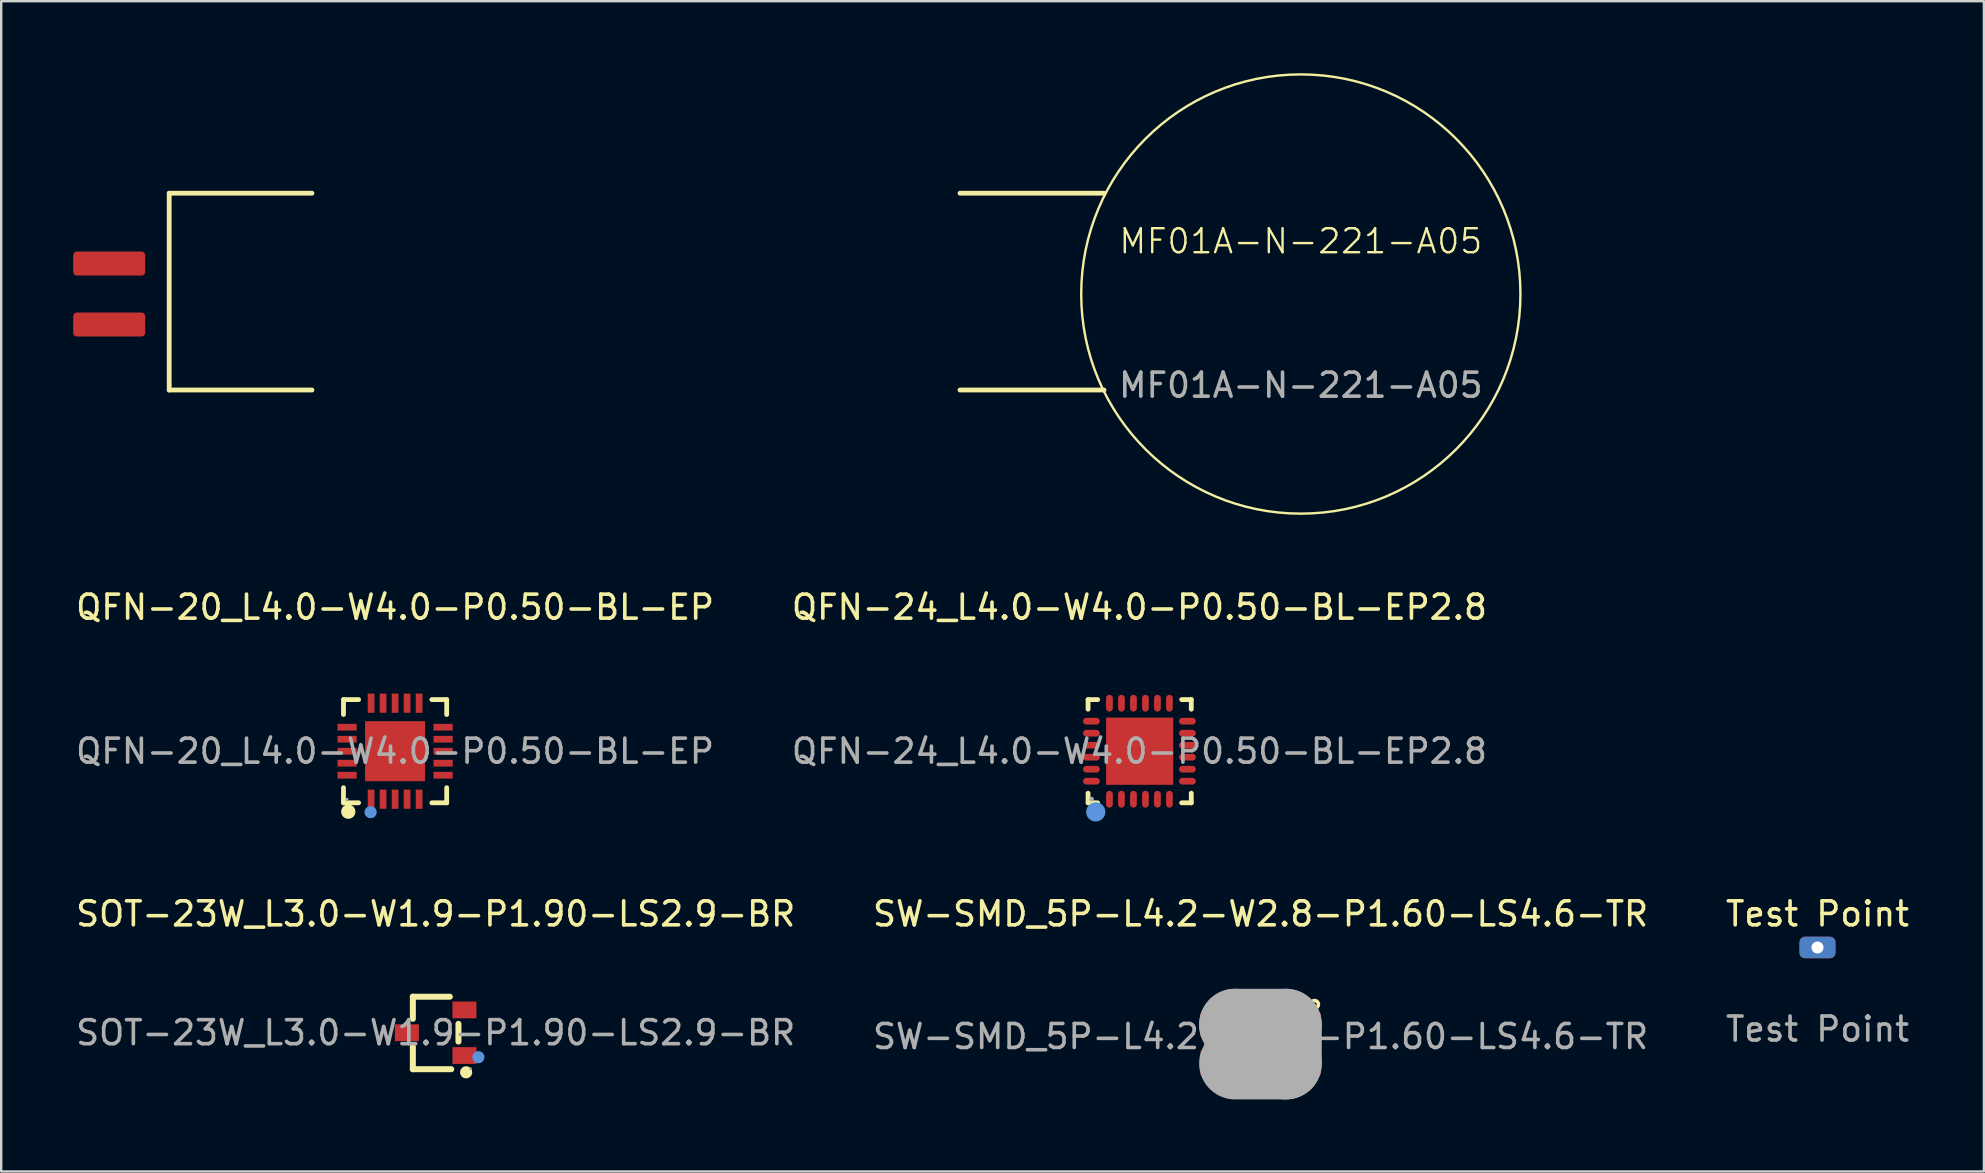
<source format=kicad_pcb>
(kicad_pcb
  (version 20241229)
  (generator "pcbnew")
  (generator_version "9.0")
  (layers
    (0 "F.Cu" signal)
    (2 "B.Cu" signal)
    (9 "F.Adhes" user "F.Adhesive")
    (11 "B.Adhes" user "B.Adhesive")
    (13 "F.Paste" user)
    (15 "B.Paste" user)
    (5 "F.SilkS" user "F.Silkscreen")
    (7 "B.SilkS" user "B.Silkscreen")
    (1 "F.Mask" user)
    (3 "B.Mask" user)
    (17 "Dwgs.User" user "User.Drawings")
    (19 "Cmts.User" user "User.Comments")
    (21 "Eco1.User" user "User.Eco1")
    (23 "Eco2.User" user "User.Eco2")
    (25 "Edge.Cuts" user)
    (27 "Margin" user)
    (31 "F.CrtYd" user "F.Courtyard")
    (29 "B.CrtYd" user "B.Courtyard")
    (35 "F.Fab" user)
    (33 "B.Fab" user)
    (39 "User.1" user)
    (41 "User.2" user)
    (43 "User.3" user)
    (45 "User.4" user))
  (footprint "Test Point"
    (layer "F.Cu")
    (at 72.673 36.426)
    (property "Reference" "Test Point" (at 0 -1.4 0) (unlocked yes) (layer "F.SilkS") (effects (font (size 1 1) (thickness 0.15))))
    (attr through_hole)
    (fp_text user "${REFERENCE}" (at 0 3.4 0) (unlocked yes) (layer "F.Fab") (effects (font (size 1 1) (thickness 0.15))))
    (pad "1" thru_hole roundrect (at 0 0) (size 1.5 0.9) (drill 0.5) (layers "*.Cu" "*.Mask") (roundrect_rratio 0.25)))
  (footprint "QFN-24_L4.0-W4.0-P0.50-BL-EP2.8"
    (layer "F.Cu")
    (at 44.423 28.248)
    (property "Reference" "QFN-24_L4.0-W4.0-P0.50-BL-EP2.8" (at 0 -6 0) (layer "F.SilkS") (effects (font (size 1 1) (thickness 0.15))))
    (attr smd)
    (fp_line (start -2.14 -2.15) (end -1.74 -2.15) (stroke (width 0.2) (type solid)) (layer "F.SilkS"))
    (fp_line (start -2.14 -1.75) (end -2.14 -2.15) (stroke (width 0.2) (type solid)) (layer "F.SilkS"))
    (fp_line (start -2.14 2.15) (end -2.14 1.75) (stroke (width 0.2) (type solid)) (layer "F.SilkS"))
    (fp_line (start -1.74 2.15) (end -2.14 2.15) (stroke (width 0.2) (type solid)) (layer "F.SilkS"))
    (fp_line (start 2.16 -2.15) (end 1.76 -2.15) (stroke (width 0.2) (type solid)) (layer "F.SilkS"))
    (fp_line (start 2.16 -1.75) (end 2.16 -2.15) (stroke (width 0.2) (type solid)) (layer "F.SilkS"))
    (fp_line (start 2.16 1.75) (end 2.16 2.15) (stroke (width 0.2) (type solid)) (layer "F.SilkS"))
    (fp_line (start 2.16 2.15) (end 1.76 2.15) (stroke (width 0.2) (type solid)) (layer "F.SilkS"))
    (fp_circle (center -1.82 2.53) (end -1.62 2.53) (stroke (width 0.4) (type solid)) (fill no) (layer "Cmts.User"))
    (fp_circle (center -2 2) (end -1.95 2) (stroke (width 0.1) (type solid)) (fill no) (layer "F.Fab"))
    (fp_text user "${REFERENCE}" (at 0 0 0) (layer "F.Fab") (effects (font (size 1 1) (thickness 0.15))))
    (pad "1" smd oval (at -1.25 2 180) (size 0.28 0.7) (layers "F.Cu" "F.Mask" "F.Paste"))
    (pad "2" smd oval (at -0.75 2 180) (size 0.28 0.7) (layers "F.Cu" "F.Mask" "F.Paste"))
    (pad "3" smd oval (at -0.25 2 180) (size 0.28 0.7) (layers "F.Cu" "F.Mask" "F.Paste"))
    (pad "4" smd oval (at 0.25 2 180) (size 0.28 0.7) (layers "F.Cu" "F.Mask" "F.Paste"))
    (pad "5" smd oval (at 0.75 2 180) (size 0.28 0.7) (layers "F.Cu" "F.Mask" "F.Paste"))
    (pad "6" smd oval (at 1.25 2 180) (size 0.28 0.7) (layers "F.Cu" "F.Mask" "F.Paste"))
    (pad "7" smd oval (at 2 1.25 90) (size 0.28 0.7) (layers "F.Cu" "F.Mask" "F.Paste"))
    (pad "8" smd oval (at 2 0.75 90) (size 0.28 0.7) (layers "F.Cu" "F.Mask" "F.Paste"))
    (pad "9" smd oval (at 2 0.25 90) (size 0.28 0.7) (layers "F.Cu" "F.Mask" "F.Paste"))
    (pad "10" smd oval (at 2 -0.25 90) (size 0.28 0.7) (layers "F.Cu" "F.Mask" "F.Paste"))
    (pad "11" smd oval (at 2 -0.75 90) (size 0.28 0.7) (layers "F.Cu" "F.Mask" "F.Paste"))
    (pad "12" smd oval (at 2 -1.25 90) (size 0.28 0.7) (layers "F.Cu" "F.Mask" "F.Paste"))
    (pad "13" smd oval (at 1.25 -2 180) (size 0.28 0.7) (layers "F.Cu" "F.Mask" "F.Paste"))
    (pad "14" smd oval (at 0.75 -2 180) (size 0.28 0.7) (layers "F.Cu" "F.Mask" "F.Paste"))
    (pad "15" smd oval (at 0.25 -2 180) (size 0.28 0.7) (layers "F.Cu" "F.Mask" "F.Paste"))
    (pad "16" smd oval (at -0.25 -2 180) (size 0.28 0.7) (layers "F.Cu" "F.Mask" "F.Paste"))
    (pad "17" smd oval (at -0.75 -2 180) (size 0.28 0.7) (layers "F.Cu" "F.Mask" "F.Paste"))
    (pad "18" smd oval (at -1.25 -2 180) (size 0.28 0.7) (layers "F.Cu" "F.Mask" "F.Paste"))
    (pad "19" smd oval (at -2 -1.25 90) (size 0.28 0.7) (layers "F.Cu" "F.Mask" "F.Paste"))
    (pad "20" smd oval (at -2 -0.75 90) (size 0.28 0.7) (layers "F.Cu" "F.Mask" "F.Paste"))
    (pad "21" smd oval (at -2 -0.25 90) (size 0.28 0.7) (layers "F.Cu" "F.Mask" "F.Paste"))
    (pad "22" smd oval (at -2 0.25 90) (size 0.28 0.7) (layers "F.Cu" "F.Mask" "F.Paste"))
    (pad "23" smd oval (at -2 0.75 90) (size 0.28 0.7) (layers "F.Cu" "F.Mask" "F.Paste"))
    (pad "24" smd oval (at -2 1.25 90) (size 0.28 0.7) (layers "F.Cu" "F.Mask" "F.Paste"))
    (pad "25" smd rect (at 0.01 0 90) (size 2.8 2.8) (layers "F.Cu" "F.Mask" "F.Paste")))
  (footprint "SW-SMD_5P-L4.2-W2.8-P1.60-LS4.6-TR"
    (layer "F.Cu")
    (at 49.47 40.136)
    (property "Reference" "SW-SMD_5P-L4.2-W2.8-P1.60-LS4.6-TR" (at 0 -5.11 0) (layer "F.SilkS") (effects (font (size 1 1) (thickness 0.15))))
    (attr smd)
    (fp_line (start -2.2 0.31) (end -2.2 0.38) (stroke (width 0.25) (type solid)) (layer "F.SilkS"))
    (fp_line (start -2.2 0.38) (end -2.2 0.24) (stroke (width 0.25) (type solid)) (layer "F.SilkS"))
    (fp_line (start -1.49 -1.19) (end -1.08 -1.19) (stroke (width 0.25) (type solid)) (layer "F.SilkS"))
    (fp_line (start 1.08 -1.19) (end 1.49 -1.19) (stroke (width 0.25) (type solid)) (layer "F.SilkS"))
    (fp_line (start 1.49 1.81) (end -1.49 1.81) (stroke (width 0.25) (type solid)) (layer "F.SilkS"))
    (fp_line (start 2.2 0.38) (end 2.2 0.24) (stroke (width 0.25) (type solid)) (layer "F.SilkS"))
    (fp_circle (center 2.25 -1.34) (end 2.41 -1.34) (stroke (width 0.15) (type solid)) (fill no) (layer "F.SilkS"))
    (fp_line (start -1.06 -0.49) (end -1.06 -0.49) (stroke (width 3) (type solid)) (layer "F.Fab"))
    (fp_line (start -1.06 -0.49) (end 1.05 -0.49) (stroke (width 3) (type solid)) (layer "F.Fab"))
    (fp_line (start 1.05 -0.49) (end 1.05 1.12) (stroke (width 3) (type solid)) (layer "F.Fab"))
    (fp_line (start 1.05 1.12) (end -1.06 1.12) (stroke (width 3) (type solid)) (layer "F.Fab"))
    (fp_circle (center 2.3 -1.09) (end 2.33 -1.09) (stroke (width 0.06) (type solid)) (fill no) (layer "F.Fab"))
    (fp_text user "${REFERENCE}" (at 0 0 0) (layer "F.Fab") (effects (font (size 1 1) (thickness 0.15))))
    (pad "1" smd rect (at 2.05 -0.49) (size 0.9 1) (layers "F.Cu" "F.Mask" "F.Paste"))
    (pad "2" smd rect (at 2.05 1.11) (size 0.9 1) (layers "F.Cu" "F.Mask" "F.Paste"))
    (pad "3" smd rect (at -2.05 1.11) (size 0.9 1) (layers "F.Cu" "F.Mask" "F.Paste"))
    (pad "4" smd rect (at -2.05 -0.49) (size 0.9 1) (layers "F.Cu" "F.Mask" "F.Paste"))
    (pad "5" smd rect (at 0 -1.11) (size 1.7 0.55) (layers "F.Cu" "F.Mask" "F.Paste")))
  (footprint "SOT-23W_L3.0-W1.9-P1.90-LS2.9-BR"
    (layer "F.Cu")
    (at 15.101 39.977)
    (property "Reference" "SOT-23W_L3.0-W1.9-P1.90-LS2.9-BR" (at 0 -4.95 0) (layer "F.SilkS") (effects (font (size 1 1) (thickness 0.15))))
    (attr smd)
    (fp_line (start -0.95 -1.5) (end -0.95 -0.58) (stroke (width 0.25) (type solid)) (layer "F.SilkS"))
    (fp_line (start -0.95 -1.5) (end 0.59 -1.5) (stroke (width 0.25) (type solid)) (layer "F.SilkS"))
    (fp_line (start -0.95 0.58) (end -0.95 1.52) (stroke (width 0.25) (type solid)) (layer "F.SilkS"))
    (fp_line (start -0.95 1.52) (end 0.65 1.52) (stroke (width 0.25) (type solid)) (layer "F.SilkS"))
    (fp_line (start 0.95 -0.37) (end 0.95 0.37) (stroke (width 0.25) (type solid)) (layer "F.SilkS"))
    (fp_circle (center 1.27 1.65) (end 1.4 1.65) (stroke (width 0.25) (type solid)) (fill no) (layer "F.SilkS"))
    (fp_circle (center 1.78 1.02) (end 1.91 1.02) (stroke (width 0.25) (type solid)) (fill no) (layer "Cmts.User"))
    (fp_circle (center 1.45 1.5) (end 1.48 1.5) (stroke (width 0.06) (type solid)) (fill no) (layer "F.Fab"))
    (fp_text user "${REFERENCE}" (at 0 0 0) (layer "F.Fab") (effects (font (size 1 1) (thickness 0.15))))
    (pad "1" smd rect (at 1.2 0.95 90) (size 0.7 1) (layers "F.Cu" "F.Mask" "F.Paste"))
    (pad "2" smd rect (at 1.2 -0.95 90) (size 0.7 1) (layers "F.Cu" "F.Mask" "F.Paste"))
    (pad "3" smd rect (at -1.2 0 90) (size 0.7 1) (layers "F.Cu" "F.Mask" "F.Paste")))
  (footprint "QFN-20_L4.0-W4.0-P0.50-BL-EP"
    (layer "F.Cu")
    (at 13.411 28.248)
    (property "Reference" "QFN-20_L4.0-W4.0-P0.50-BL-EP" (at 0 -6 0) (layer "F.SilkS") (effects (font (size 1 1) (thickness 0.15))))
    (attr smd)
    (fp_line (start -2.15 -2.15) (end -2.15 -1.53) (stroke (width 0.2) (type solid)) (layer "F.SilkS"))
    (fp_line (start -2.15 2.15) (end -2.15 1.52) (stroke (width 0.2) (type solid)) (layer "F.SilkS"))
    (fp_line (start -1.52 -2.15) (end -2.15 -2.15) (stroke (width 0.2) (type solid)) (layer "F.SilkS"))
    (fp_line (start -1.52 2.15) (end -2.15 2.15) (stroke (width 0.2) (type solid)) (layer "F.SilkS"))
    (fp_line (start 1.53 2.15) (end 2.15 2.15) (stroke (width 0.2) (type solid)) (layer "F.SilkS"))
    (fp_line (start 2.15 -2.15) (end 1.53 -2.15) (stroke (width 0.2) (type solid)) (layer "F.SilkS"))
    (fp_line (start 2.15 -1.53) (end 2.15 -2.15) (stroke (width 0.2) (type solid)) (layer "F.SilkS"))
    (fp_line (start 2.15 2.15) (end 2.15 1.52) (stroke (width 0.2) (type solid)) (layer "F.SilkS"))
    (fp_arc (start -1.95 2.52) (mid -1.95 2.52) (end -1.95 2.52) (stroke (width 0.3) (type solid)) (layer "F.SilkS"))
    (fp_circle (center -1.02 2.54) (end -0.89 2.54) (stroke (width 0.25) (type solid)) (fill no) (layer "Cmts.User"))
    (fp_circle (center -2 2) (end -1.97 2) (stroke (width 0.06) (type solid)) (fill no) (layer "F.Fab"))
    (fp_text user "${REFERENCE}" (at 0 0 0) (layer "F.Fab") (effects (font (size 1 1) (thickness 0.15))))
    (pad "1" smd rect (at -1 2) (size 0.28 0.8) (layers "F.Cu" "F.Mask" "F.Paste"))
    (pad "2" smd rect (at -0.5 2) (size 0.28 0.8) (layers "F.Cu" "F.Mask" "F.Paste"))
    (pad "3" smd rect (at 0 2) (size 0.28 0.8) (layers "F.Cu" "F.Mask" "F.Paste"))
    (pad "4" smd rect (at 0.5 2) (size 0.28 0.8) (layers "F.Cu" "F.Mask" "F.Paste"))
    (pad "5" smd rect (at 1 2) (size 0.28 0.8) (layers "F.Cu" "F.Mask" "F.Paste"))
    (pad "6" smd rect (at 2 1) (size 0.8 0.28) (layers "F.Cu" "F.Mask" "F.Paste"))
    (pad "7" smd rect (at 2 0.5) (size 0.8 0.28) (layers "F.Cu" "F.Mask" "F.Paste"))
    (pad "8" smd rect (at 2 0) (size 0.8 0.28) (layers "F.Cu" "F.Mask" "F.Paste"))
    (pad "9" smd rect (at 2 -0.5) (size 0.8 0.28) (layers "F.Cu" "F.Mask" "F.Paste"))
    (pad "10" smd rect (at 2 -1) (size 0.8 0.28) (layers "F.Cu" "F.Mask" "F.Paste"))
    (pad "11" smd rect (at 1 -2) (size 0.28 0.8) (layers "F.Cu" "F.Mask" "F.Paste"))
    (pad "12" smd rect (at 0.5 -2) (size 0.28 0.8) (layers "F.Cu" "F.Mask" "F.Paste"))
    (pad "13" smd rect (at 0 -2) (size 0.28 0.8) (layers "F.Cu" "F.Mask" "F.Paste"))
    (pad "14" smd rect (at -0.5 -2) (size 0.28 0.8) (layers "F.Cu" "F.Mask" "F.Paste"))
    (pad "15" smd rect (at -1 -2) (size 0.28 0.8) (layers "F.Cu" "F.Mask" "F.Paste"))
    (pad "16" smd rect (at -2 -1) (size 0.8 0.28) (layers "F.Cu" "F.Mask" "F.Paste"))
    (pad "17" smd rect (at -2 -0.5) (size 0.8 0.28) (layers "F.Cu" "F.Mask" "F.Paste"))
    (pad "18" smd rect (at -2 0) (size 0.8 0.28) (layers "F.Cu" "F.Mask" "F.Paste"))
    (pad "19" smd rect (at -2 0.5) (size 0.8 0.28) (layers "F.Cu" "F.Mask" "F.Paste"))
    (pad "20" smd rect (at -2 1) (size 0.8 0.28) (layers "F.Cu" "F.Mask" "F.Paste"))
    (pad "21" smd rect (at 0 0) (size 2.5 2.5) (layers "F.Cu" "F.Mask" "F.Paste")))
  (footprint "MF01A-N-221-A05"
    (layer "F.Cu")
    (at 51.147 9.2)
    (property "Reference" "MF01A-N-221-A05" (at 0 -2.2 0) (unlocked yes) (layer "F.SilkS") (effects (font (size 1 1) (thickness 0.1))))
    (attr smd)
    (fp_line (start -47.147 -4.2) (end -47.147 4) (stroke (width 0.2) (type solid)) (layer "F.SilkS"))
    (fp_line (start -47.147 -4.2) (end -41.2 -4.2) (stroke (width 0.2) (type solid)) (layer "F.SilkS"))
    (fp_line (start -47.147 4) (end -41.2 4) (stroke (width 0.2) (type solid)) (layer "F.SilkS"))
    (fp_line (start -14.2 -4.2) (end -8.2 -4.2) (stroke (width 0.2) (type solid)) (layer "F.SilkS"))
    (fp_line (start -14.2 4) (end -8.2 4) (stroke (width 0.2) (type solid)) (layer "F.SilkS"))
    (fp_circle (center 0 0) (end 9.15 0) (stroke (width 0.1) (type solid)) (fill no) (layer "F.SilkS"))
    (fp_text user "${REFERENCE}" (at 0 3.8 0) (unlocked yes) (layer "F.Fab") (effects (font (size 1 1) (thickness 0.15))))
    (pad "1" smd roundrect (at -49.647 -1.27) (size 3 1) (layers "F.Cu" "F.Mask" "F.Paste") (roundrect_rratio 0.15))
    (pad "2" smd roundrect (at -49.647 1.27) (size 3 1) (layers "F.Cu" "F.Mask" "F.Paste") (roundrect_rratio 0.15)))
  (gr_rect
    (start -3 -3)
    (end 79.607 45.757)
    (stroke (width 0.1) (type default))
    (fill no)
    (layer "Edge.Cuts")))
</source>
